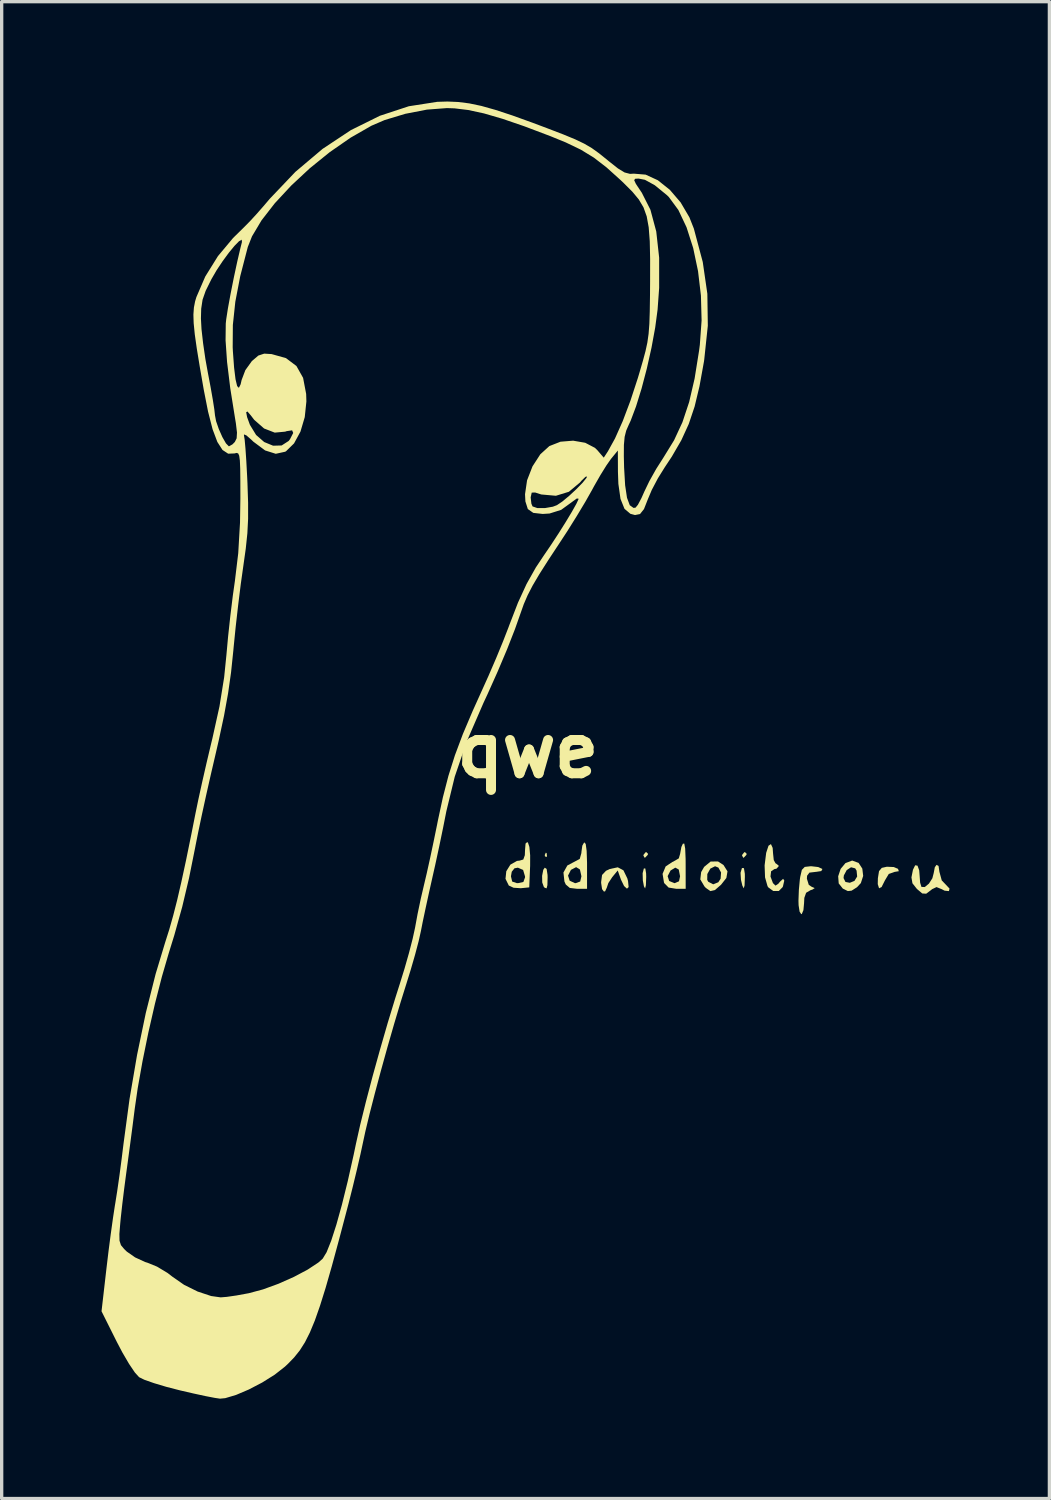
<source format=kicad_pcb>
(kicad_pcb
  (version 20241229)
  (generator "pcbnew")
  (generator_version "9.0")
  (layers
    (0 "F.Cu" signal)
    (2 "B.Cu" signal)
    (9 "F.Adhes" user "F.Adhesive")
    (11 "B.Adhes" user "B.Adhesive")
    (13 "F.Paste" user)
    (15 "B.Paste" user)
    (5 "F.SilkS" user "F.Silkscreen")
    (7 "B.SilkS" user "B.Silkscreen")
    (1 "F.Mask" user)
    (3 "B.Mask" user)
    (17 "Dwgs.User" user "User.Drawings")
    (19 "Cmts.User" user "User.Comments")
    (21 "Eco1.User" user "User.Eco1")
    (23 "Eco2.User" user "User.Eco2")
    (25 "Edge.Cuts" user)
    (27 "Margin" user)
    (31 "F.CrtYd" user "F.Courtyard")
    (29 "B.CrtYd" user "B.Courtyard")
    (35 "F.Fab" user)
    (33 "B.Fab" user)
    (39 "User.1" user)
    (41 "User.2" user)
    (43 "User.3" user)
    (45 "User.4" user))
  (footprint "qwe"
    (layer "F.Cu")
    (at 12.807 19.501)
    (property "Reference" "qwe" (at 0 0 0) (layer "F.SilkS") (effects (font (size 1.5 1.5) (thickness 0.3))))
    (attr board_only exclude_from_pos_files exclude_from_bom)
    (fp_poly (pts (xy 0.564 3.076) (xy 0.575 3.177) (xy 0.564 3.189) (xy 0.514 3.177) (xy 0.508 3.133) (xy 0.539 3.063)) (stroke (width 0) (type solid)) (fill yes) (layer "F.SilkS"))
    (fp_poly (pts (xy 3.612 3.1) (xy 3.598 3.133) (xy 3.522 3.213) (xy 3.509 3.217) (xy 3.472 3.152) (xy 3.471 3.133) (xy 3.536 3.051) (xy 3.561 3.048)) (stroke (width 0) (type solid)) (fill yes) (layer "F.SilkS"))
    (fp_poly (pts (xy 6.575 3.1) (xy 6.562 3.133) (xy 6.486 3.213) (xy 6.472 3.217) (xy 6.436 3.152) (xy 6.435 3.133) (xy 6.5 3.051) (xy 6.524 3.048)) (stroke (width 0) (type solid)) (fill yes) (layer "F.SilkS"))
    (fp_poly (pts (xy 3.528 3.538) (xy 3.552 3.686) (xy 3.555 3.789) (xy 3.546 4.04) (xy 3.522 4.138) (xy 3.487 4.075) (xy 3.454 3.897) (xy 3.448 3.68) (xy 3.485 3.537)) (stroke (width 0) (type solid)) (fill yes) (layer "F.SilkS"))
    (fp_poly (pts (xy 6.491 3.529) (xy 6.518 3.698) (xy 6.519 3.793) (xy 6.51 4.047) (xy 6.485 4.135) (xy 6.444 4.056) (xy 6.402 3.879) (xy 6.389 3.667) (xy 6.431 3.526) (xy 6.434 3.523)) (stroke (width 0) (type solid)) (fill yes) (layer "F.SilkS"))
    (fp_poly (pts (xy 0.564 3.552) (xy 0.591 3.731) (xy 0.593 3.805) (xy 0.587 4.04) (xy 0.563 4.135) (xy 0.508 4.118) (xy 0.48 4.092) (xy 0.432 3.959) (xy 0.428 3.759) (xy 0.463 3.579) (xy 0.508 3.514)) (stroke (width 0) (type solid)) (fill yes) (layer "F.SilkS"))
    (fp_poly (pts (xy 10.992 3.495) (xy 11.119 3.549) (xy 11.144 3.62) (xy 11.016 3.641) (xy 10.842 3.703) (xy 10.727 3.895) (xy 10.626 4.096) (xy 10.55 4.133) (xy 10.511 4.009) (xy 10.515 3.831) (xy 10.549 3.618) (xy 10.632 3.52) (xy 10.784 3.486)) (stroke (width 0) (type solid)) (fill yes) (layer "F.SilkS"))
    (fp_poly (pts (xy 2.871 3.594) (xy 2.988 3.836) (xy 3.009 3.916) (xy 3.027 4.097) (xy 2.977 4.145) (xy 2.89 4.065) (xy 2.797 3.873) (xy 2.7 3.598) (xy 2.535 3.798) (xy 2.417 3.978) (xy 2.371 4.116) (xy 2.322 4.222) (xy 2.286 4.233) (xy 2.229 4.159) (xy 2.202 3.977) (xy 2.201 3.947) (xy 2.229 3.733) (xy 2.347 3.608) (xy 2.461 3.554) (xy 2.701 3.503)) (stroke (width 0) (type solid)) (fill yes) (layer "F.SilkS"))
    (fp_poly (pts (xy 5.878 3.435) (xy 5.997 3.625) (xy 5.963 3.824) (xy 5.804 4.026) (xy 5.618 4.187) (xy 5.484 4.218) (xy 5.349 4.125) (xy 5.305 4.078) (xy 5.188 3.88) (xy 5.388 3.88) (xy 5.419 3.937) (xy 5.568 4.014) (xy 5.721 3.952) (xy 5.79 3.846) (xy 5.804 3.659) (xy 5.724 3.512) (xy 5.624 3.471) (xy 5.481 3.543) (xy 5.391 3.705) (xy 5.388 3.88) (xy 5.188 3.88) (xy 5.18 3.866) (xy 5.206 3.646) (xy 5.296 3.49) (xy 5.49 3.33) (xy 5.712 3.327)) (stroke (width 0) (type solid)) (fill yes) (layer "F.SilkS"))
    (fp_poly (pts (xy 9.936 3.371) (xy 10.047 3.542) (xy 10.073 3.762) (xy 10.003 3.977) (xy 9.887 4.102) (xy 9.724 4.205) (xy 9.612 4.217) (xy 9.465 4.144) (xy 9.461 4.142) (xy 9.338 3.987) (xy 9.326 3.826) (xy 9.483 3.826) (xy 9.541 3.943) (xy 9.672 3.968) (xy 9.811 3.911) (xy 9.892 3.78) (xy 9.875 3.603) (xy 9.833 3.534) (xy 9.708 3.502) (xy 9.578 3.587) (xy 9.493 3.746) (xy 9.483 3.826) (xy 9.326 3.826) (xy 9.322 3.773) (xy 9.396 3.551) (xy 9.54 3.377) (xy 9.738 3.302) (xy 9.748 3.302)) (stroke (width 0) (type solid)) (fill yes) (layer "F.SilkS"))
    (fp_poly (pts (xy 4.726 2.942) (xy 4.739 3.254) (xy 4.74 3.408) (xy 4.741 4.149) (xy 4.459 4.149) (xy 4.229 4.112) (xy 4.1 3.982) (xy 4.089 3.958) (xy 4.058 3.768) (xy 4.199 3.768) (xy 4.245 3.914) (xy 4.404 3.979) (xy 4.412 3.979) (xy 4.54 3.923) (xy 4.572 3.773) (xy 4.533 3.57) (xy 4.428 3.513) (xy 4.286 3.6) (xy 4.199 3.768) (xy 4.058 3.768) (xy 4.047 3.7) (xy 4.139 3.477) (xy 4.342 3.342) (xy 4.357 3.338) (xy 4.534 3.235) (xy 4.573 3.102) (xy 4.612 2.892) (xy 4.657 2.794) (xy 4.699 2.791)) (stroke (width 0) (type solid)) (fill yes) (layer "F.SilkS"))
    (fp_poly (pts (xy 7.354 2.92) (xy 7.366 3.09) (xy 7.387 3.286) (xy 7.44 3.384) (xy 7.451 3.387) (xy 7.533 3.451) (xy 7.535 3.471) (xy 7.467 3.546) (xy 7.408 3.556) (xy 7.307 3.622) (xy 7.289 3.78) (xy 7.361 3.974) (xy 7.364 3.979) (xy 7.439 4.053) (xy 7.525 3.996) (xy 7.572 3.937) (xy 7.668 3.849) (xy 7.703 3.901) (xy 7.664 4.071) (xy 7.653 4.099) (xy 7.538 4.215) (xy 7.371 4.215) (xy 7.222 4.105) (xy 7.2 4.07) (xy 7.125 3.806) (xy 7.112 3.446) (xy 7.159 3.069) (xy 7.229 2.855) (xy 7.302 2.806)) (stroke (width 0) (type solid)) (fill yes) (layer "F.SilkS"))
    (fp_poly (pts (xy 1.738 2.802) (xy 1.766 3.01) (xy 1.778 3.363) (xy 1.778 3.424) (xy 1.778 4.149) (xy 1.48 4.149) (xy 1.26 4.123) (xy 1.14 4.021) (xy 1.099 3.931) (xy 1.079 3.752) (xy 1.207 3.752) (xy 1.255 3.905) (xy 1.415 3.979) (xy 1.437 3.979) (xy 1.572 3.93) (xy 1.609 3.773) (xy 1.564 3.569) (xy 1.45 3.498) (xy 1.296 3.579) (xy 1.293 3.582) (xy 1.207 3.752) (xy 1.079 3.752) (xy 1.069 3.66) (xy 1.186 3.448) (xy 1.399 3.336) (xy 1.559 3.251) (xy 1.608 3.073) (xy 1.609 3.044) (xy 1.636 2.852) (xy 1.693 2.752)) (stroke (width 0) (type solid)) (fill yes) (layer "F.SilkS"))
    (fp_poly (pts (xy 8.722 3.495) (xy 8.844 3.551) (xy 8.848 3.556) (xy 8.815 3.616) (xy 8.65 3.641) (xy 8.641 3.641) (xy 8.457 3.663) (xy 8.388 3.756) (xy 8.382 3.846) (xy 8.439 4.03) (xy 8.53 4.091) (xy 8.617 4.128) (xy 8.553 4.17) (xy 8.488 4.192) (xy 8.359 4.268) (xy 8.305 4.421) (xy 8.297 4.582) (xy 8.278 4.79) (xy 8.23 4.904) (xy 8.213 4.911) (xy 8.163 4.835) (xy 8.133 4.642) (xy 8.129 4.508) (xy 8.141 4.182) (xy 8.171 3.864) (xy 8.182 3.789) (xy 8.231 3.58) (xy 8.318 3.491) (xy 8.495 3.471) (xy 8.515 3.471)) (stroke (width 0) (type solid)) (fill yes) (layer "F.SilkS"))
    (fp_poly (pts (xy 12.337 3.462) (xy 12.361 3.625) (xy 12.361 3.631) (xy 12.433 3.896) (xy 12.547 4.015) (xy 12.667 4.142) (xy 12.649 4.218) (xy 12.519 4.205) (xy 12.434 4.161) (xy 12.276 4.097) (xy 12.14 4.162) (xy 12.114 4.185) (xy 11.966 4.296) (xy 11.848 4.289) (xy 11.692 4.157) (xy 11.684 4.149) (xy 11.553 3.983) (xy 11.523 3.807) (xy 11.568 3.578) (xy 11.635 3.442) (xy 11.705 3.454) (xy 11.756 3.594) (xy 11.769 3.759) (xy 11.784 3.966) (xy 11.823 4.09) (xy 11.825 4.092) (xy 11.924 4.096) (xy 12.048 3.993) (xy 12.151 3.834) (xy 12.192 3.675) (xy 12.225 3.501) (xy 12.277 3.429)) (stroke (width 0) (type solid)) (fill yes) (layer "F.SilkS"))
    (fp_poly (pts (xy 0.004 2.764) (xy 0.046 2.892) (xy 0.069 3.143) (xy 0.068 3.475) (xy 0.067 3.48) (xy 0.042 4.106) (xy -0.212 4.131) (xy -0.429 4.117) (xy -0.572 4.051) (xy -0.672 3.849) (xy -0.664 3.775) (xy -0.508 3.775) (xy -0.471 3.931) (xy -0.329 3.979) (xy -0.296 3.979) (xy -0.135 3.944) (xy -0.085 3.807) (xy -0.085 3.777) (xy -0.143 3.582) (xy -0.299 3.514) (xy -0.402 3.533) (xy -0.484 3.636) (xy -0.508 3.775) (xy -0.664 3.775) (xy -0.648 3.621) (xy -0.525 3.423) (xy -0.327 3.311) (xy -0.248 3.302) (xy -0.137 3.269) (xy -0.091 3.139) (xy -0.085 2.989) (xy -0.069 2.789) (xy -0.02 2.746)) (stroke (width 0) (type solid)) (fill yes) (layer "F.SilkS"))
    (fp_poly (pts (xy -2.089 -19.487) (xy -1.759 -19.445) (xy -1.396 -19.369) (xy -0.974 -19.25) (xy -0.466 -19.083) (xy 0.155 -18.859) (xy 0.585 -18.697) (xy 1.062 -18.514) (xy 1.418 -18.367) (xy 1.69 -18.237) (xy 1.918 -18.104) (xy 2.138 -17.946) (xy 2.39 -17.743) (xy 2.432 -17.708) (xy 2.708 -17.49) (xy 2.906 -17.37) (xy 3.068 -17.328) (xy 3.187 -17.334) (xy 3.538 -17.305) (xy 3.905 -17.136) (xy 4.264 -16.85) (xy 4.589 -16.471) (xy 4.852 -16.024) (xy 4.986 -15.685) (xy 5.254 -14.68) (xy 5.392 -13.726) (xy 5.406 -12.766) (xy 5.298 -11.746) (xy 5.289 -11.684) (xy 5.156 -10.949) (xy 5.01 -10.34) (xy 4.833 -9.813) (xy 4.61 -9.326) (xy 4.325 -8.835) (xy 4.112 -8.513) (xy 3.906 -8.182) (xy 3.723 -7.834) (xy 3.604 -7.552) (xy 3.488 -7.258) (xy 3.369 -7.109) (xy 3.219 -7.079) (xy 3.08 -7.116) (xy 2.903 -7.266) (xy 2.783 -7.564) (xy 2.719 -8.015) (xy 2.706 -8.373) (xy 2.704 -8.847) (xy 2.883 -8.847) (xy 2.891 -8.508) (xy 2.922 -7.974) (xy 2.978 -7.598) (xy 3.061 -7.374) (xy 3.174 -7.293) (xy 3.235 -7.301) (xy 3.306 -7.388) (xy 3.411 -7.586) (xy 3.502 -7.791) (xy 3.65 -8.098) (xy 3.855 -8.464) (xy 4.075 -8.809) (xy 4.081 -8.819) (xy 4.392 -9.325) (xy 4.643 -9.866) (xy 4.845 -10.473) (xy 5.009 -11.179) (xy 5.143 -12.015) (xy 5.166 -12.191) (xy 5.219 -12.923) (xy 5.199 -13.671) (xy 5.112 -14.407) (xy 4.966 -15.101) (xy 4.767 -15.723) (xy 4.521 -16.243) (xy 4.235 -16.632) (xy 4.178 -16.688) (xy 3.812 -16.987) (xy 3.516 -17.15) (xy 3.324 -17.187) (xy 3.222 -17.18) (xy 3.194 -17.137) (xy 3.246 -17.026) (xy 3.387 -16.814) (xy 3.422 -16.763) (xy 3.682 -16.25) (xy 3.857 -15.597) (xy 3.944 -14.812) (xy 3.944 -13.901) (xy 3.897 -13.25) (xy 3.825 -12.71) (xy 3.714 -12.106) (xy 3.574 -11.481) (xy 3.416 -10.88) (xy 3.25 -10.343) (xy 3.089 -9.915) (xy 3.029 -9.786) (xy 2.954 -9.614) (xy 2.907 -9.427) (xy 2.885 -9.185) (xy 2.883 -8.847) (xy 2.704 -8.847) (xy 2.703 -9.017) (xy 2.497 -8.765) (xy 2.362 -8.573) (xy 2.182 -8.283) (xy 1.99 -7.948) (xy 1.929 -7.835) (xy 1.729 -7.481) (xy 1.469 -7.048) (xy 1.187 -6.597) (xy 0.971 -6.267) (xy 0.618 -5.732) (xy 0.347 -5.306) (xy 0.144 -4.962) (xy -0.007 -4.67) (xy -0.122 -4.404) (xy -0.212 -4.149) (xy -0.388 -3.65) (xy -0.625 -3.045) (xy -0.907 -2.378) (xy -1.214 -1.692) (xy -1.332 -1.439) (xy -1.828 -0.295) (xy -2.196 0.78) (xy -2.447 1.813) (xy -2.451 1.832) (xy -2.545 2.307) (xy -2.661 2.867) (xy -2.783 3.433) (xy -2.868 3.81) (xy -2.972 4.274) (xy -3.073 4.738) (xy -3.159 5.144) (xy -3.213 5.419) (xy -3.281 5.723) (xy -3.389 6.132) (xy -3.521 6.588) (xy -3.644 6.985) (xy -3.824 7.56) (xy -4.019 8.214) (xy -4.22 8.913) (xy -4.416 9.62) (xy -4.598 10.3) (xy -4.757 10.919) (xy -4.882 11.44) (xy -4.953 11.769) (xy -5.028 12.119) (xy -5.134 12.579) (xy -5.259 13.097) (xy -5.39 13.618) (xy -5.427 13.758) (xy -5.674 14.694) (xy -5.888 15.482) (xy -6.076 16.138) (xy -6.245 16.678) (xy -6.4 17.12) (xy -6.549 17.479) (xy -6.697 17.772) (xy -6.852 18.016) (xy -7.02 18.226) (xy -7.207 18.419) (xy -7.298 18.504) (xy -7.604 18.744) (xy -7.98 18.98) (xy -8.383 19.19) (xy -8.768 19.354) (xy -9.091 19.45) (xy -9.248 19.465) (xy -9.403 19.442) (xy -9.683 19.388) (xy -10.047 19.309) (xy -10.45 19.216) (xy -10.864 19.109) (xy -11.234 18.998) (xy -11.521 18.897) (xy -11.678 18.82) (xy -11.805 18.68) (xy -11.98 18.421) (xy -12.181 18.077) (xy -12.351 17.753) (xy -12.807 16.84) (xy -12.659 15.553) (xy -12.597 15.036) (xy -12.53 14.519) (xy -12.271 14.519) (xy -12.267 14.72) (xy -12.224 14.853) (xy -12.128 14.97) (xy -12.048 15.047) (xy -11.799 15.221) (xy -11.497 15.36) (xy -11.423 15.383) (xy -11.139 15.499) (xy -10.83 15.685) (xy -10.677 15.802) (xy -10.329 16.044) (xy -9.92 16.247) (xy -9.514 16.382) (xy -9.229 16.422) (xy -9.043 16.407) (xy -8.752 16.365) (xy -8.415 16.303) (xy -8.382 16.297) (xy -7.957 16.183) (xy -7.491 16.013) (xy -7.028 15.807) (xy -6.613 15.587) (xy -6.291 15.374) (xy -6.163 15.259) (xy -6.046 15.066) (xy -5.908 14.721) (xy -5.753 14.24) (xy -5.586 13.639) (xy -5.411 12.933) (xy -5.233 12.138) (xy -5.163 11.804) (xy -5.036 11.236) (xy -4.866 10.549) (xy -4.665 9.784) (xy -4.442 8.981) (xy -4.211 8.181) (xy -3.981 7.426) (xy -3.854 7.027) (xy -3.707 6.553) (xy -3.571 6.076) (xy -3.461 5.649) (xy -3.39 5.324) (xy -3.384 5.292) (xy -3.312 4.9) (xy -3.216 4.444) (xy -3.118 4.024) (xy -3.038 3.685) (xy -2.938 3.234) (xy -2.83 2.724) (xy -2.725 2.212) (xy -2.706 2.114) (xy -2.553 1.401) (xy -2.387 0.758) (xy -2.192 0.14) (xy -1.953 -0.499) (xy -1.653 -1.205) (xy -1.407 -1.75) (xy -1.182 -2.249) (xy -0.953 -2.78) (xy -0.745 -3.286) (xy -0.581 -3.708) (xy -0.559 -3.768) (xy -0.297 -4.447) (xy -0.039 -5.008) (xy 0.239 -5.503) (xy 0.482 -5.868) (xy 0.698 -6.185) (xy 0.924 -6.53) (xy 1.139 -6.872) (xy 1.323 -7.178) (xy 1.457 -7.417) (xy 1.521 -7.554) (xy 1.524 -7.569) (xy 1.472 -7.577) (xy 1.345 -7.486) (xy 1.333 -7.476) (xy 0.999 -7.234) (xy 0.652 -7.125) (xy 0.446 -7.112) (xy 0.163 -7.144) (xy -0.001 -7.259) (xy -0.074 -7.488) (xy -0.08 -7.601) (xy 0.085 -7.601) (xy 0.106 -7.42) (xy 0.141 -7.338) (xy 0.283 -7.289) (xy 0.512 -7.288) (xy 0.752 -7.33) (xy 0.873 -7.376) (xy 1.034 -7.484) (xy 1.243 -7.658) (xy 1.459 -7.859) (xy 1.645 -8.05) (xy 1.76 -8.193) (xy 1.778 -8.237) (xy 1.731 -8.227) (xy 1.614 -8.114) (xy 1.564 -8.055) (xy 1.232 -7.778) (xy 0.842 -7.658) (xy 0.403 -7.697) (xy 0.22 -7.756) (xy 0.116 -7.753) (xy 0.085 -7.614) (xy 0.085 -7.601) (xy -0.08 -7.601) (xy -0.085 -7.705) (xy -0.024 -8.122) (xy 0.139 -8.541) (xy 0.375 -8.905) (xy 0.646 -9.151) (xy 0.981 -9.282) (xy 1.36 -9.313) (xy 1.723 -9.25) (xy 2.016 -9.097) (xy 2.086 -9.029) (xy 2.28 -8.803) (xy 2.405 -8.994) (xy 2.618 -9.38) (xy 2.849 -9.898) (xy 3.082 -10.516) (xy 3.306 -11.201) (xy 3.349 -11.345) (xy 3.455 -11.709) (xy 3.534 -12.003) (xy 3.59 -12.262) (xy 3.627 -12.524) (xy 3.65 -12.822) (xy 3.662 -13.193) (xy 3.669 -13.673) (xy 3.672 -14.097) (xy 3.673 -14.772) (xy 3.662 -15.304) (xy 3.63 -15.722) (xy 3.57 -16.052) (xy 3.473 -16.323) (xy 3.332 -16.56) (xy 3.139 -16.792) (xy 2.885 -17.046) (xy 2.788 -17.139) (xy 2.363 -17.522) (xy 1.982 -17.816) (xy 1.591 -18.055) (xy 1.135 -18.274) (xy 0.677 -18.461) (xy -0.108 -18.758) (xy -0.765 -18.983) (xy -1.318 -19.144) (xy -1.79 -19.246) (xy -2.202 -19.296) (xy -2.43 -19.304) (xy -3.033 -19.258) (xy -3.682 -19.132) (xy -4.301 -18.945) (xy -4.699 -18.774) (xy -5.325 -18.415) (xy -5.951 -17.981) (xy -6.554 -17.493) (xy -7.111 -16.974) (xy -7.601 -16.446) (xy -8.001 -15.931) (xy -8.287 -15.451) (xy -8.413 -15.132) (xy -8.64 -14.256) (xy -8.788 -13.487) (xy -8.862 -12.788) (xy -8.867 -12.119) (xy -8.861 -12) (xy -8.825 -11.509) (xy -8.782 -11.158) (xy -8.733 -10.953) (xy -8.681 -10.9) (xy -8.628 -11.008) (xy -8.599 -11.135) (xy -8.487 -11.431) (xy -8.294 -11.7) (xy -8.287 -11.707) (xy -8.096 -11.87) (xy -7.919 -11.928) (xy -7.697 -11.914) (xy -7.266 -11.793) (xy -6.952 -11.556) (xy -6.752 -11.2) (xy -6.66 -10.717) (xy -6.653 -10.493) (xy -6.702 -10.021) (xy -6.831 -9.586) (xy -7.024 -9.231) (xy -7.263 -8.997) (xy -7.291 -8.981) (xy -7.573 -8.919) (xy -7.893 -9.02) (xy -8.246 -9.283) (xy -8.31 -9.345) (xy -8.456 -9.472) (xy -8.528 -9.501) (xy -8.528 -9.47) (xy -8.507 -9.34) (xy -8.483 -9.073) (xy -8.458 -8.704) (xy -8.434 -8.265) (xy -8.423 -8.031) (xy -8.404 -7.446) (xy -8.404 -6.967) (xy -8.426 -6.53) (xy -8.474 -6.072) (xy -8.548 -5.546) (xy -8.624 -5.006) (xy -8.703 -4.37) (xy -8.778 -3.711) (xy -8.839 -3.103) (xy -8.848 -3.004) (xy -8.916 -2.353) (xy -9.006 -1.719) (xy -9.127 -1.052) (xy -9.288 -0.3) (xy -9.387 0.129) (xy -9.527 0.731) (xy -9.667 1.35) (xy -9.796 1.941) (xy -9.905 2.459) (xy -9.985 2.86) (xy -9.988 2.879) (xy -10.179 3.829) (xy -10.383 4.69) (xy -10.621 5.543) (xy -10.792 6.096) (xy -10.994 6.789) (xy -11.201 7.596) (xy -11.399 8.461) (xy -11.576 9.329) (xy -11.721 10.144) (xy -11.809 10.753) (xy -11.875 11.273) (xy -11.95 11.841) (xy -12.022 12.378) (xy -12.066 12.7) (xy -12.126 13.155) (xy -12.184 13.627) (xy -12.23 14.042) (xy -12.245 14.2) (xy -12.271 14.519) (xy -12.53 14.519) (xy -12.529 14.513) (xy -12.463 14.039) (xy -12.406 13.665) (xy -12.393 13.589) (xy -12.336 13.229) (xy -12.269 12.763) (xy -12.202 12.255) (xy -12.147 11.811) (xy -11.966 10.465) (xy -11.74 9.141) (xy -11.477 7.877) (xy -11.183 6.711) (xy -10.895 5.757) (xy -10.773 5.373) (xy -10.656 4.959) (xy -10.536 4.492) (xy -10.41 3.947) (xy -10.27 3.3) (xy -10.112 2.527) (xy -9.989 1.905) (xy -9.901 1.478) (xy -9.784 0.945) (xy -9.652 0.367) (xy -9.518 -0.199) (xy -9.476 -0.371) (xy -9.264 -1.33) (xy -9.123 -2.209) (xy -9.056 -2.869) (xy -9.005 -3.428) (xy -8.937 -4.055) (xy -8.862 -4.666) (xy -8.801 -5.096) (xy -8.7 -5.935) (xy -8.647 -6.85) (xy -8.636 -7.578) (xy -8.637 -8.095) (xy -8.641 -8.466) (xy -8.651 -8.713) (xy -8.671 -8.86) (xy -8.702 -8.93) (xy -8.75 -8.945) (xy -8.811 -8.93) (xy -9.003 -8.922) (xy -9.173 -9.034) (xy -9.328 -9.275) (xy -9.471 -9.656) (xy -9.607 -10.187) (xy -9.735 -10.837) (xy -9.855 -11.529) (xy -9.945 -12.078) (xy -10.006 -12.508) (xy -10.039 -12.842) (xy -10.044 -12.984) (xy -9.821 -12.984) (xy -9.804 -12.665) (xy -9.756 -12.24) (xy -9.687 -11.765) (xy -9.611 -11.345) (xy -9.531 -10.924) (xy -9.465 -10.548) (xy -9.419 -10.255) (xy -9.4 -10.086) (xy -9.4 -10.081) (xy -9.366 -9.899) (xy -9.284 -9.662) (xy -9.177 -9.421) (xy -9.069 -9.232) (xy -8.984 -9.145) (xy -8.977 -9.144) (xy -8.874 -9.202) (xy -8.803 -9.274) (xy -8.748 -9.384) (xy -8.738 -9.556) (xy -8.771 -9.835) (xy -8.794 -9.973) (xy -8.825 -10.167) (xy -8.462 -10.167) (xy -8.434 -10.02) (xy -8.35 -9.79) (xy -8.164 -9.485) (xy -7.92 -9.272) (xy -7.653 -9.162) (xy -7.396 -9.169) (xy -7.185 -9.305) (xy -7.145 -9.358) (xy -7.049 -9.545) (xy -7.082 -9.624) (xy -7.247 -9.599) (xy -7.291 -9.584) (xy -7.604 -9.555) (xy -7.924 -9.679) (xy -8.222 -9.941) (xy -8.323 -10.073) (xy -8.424 -10.19) (xy -8.462 -10.167) (xy -8.825 -10.167) (xy -8.94 -10.889) (xy -9.036 -11.678) (xy -9.081 -12.328) (xy -9.075 -12.831) (xy -9.062 -12.954) (xy -9.011 -13.283) (xy -8.931 -13.72) (xy -8.834 -14.207) (xy -8.731 -14.687) (xy -8.634 -15.103) (xy -8.589 -15.281) (xy -8.596 -15.351) (xy -8.677 -15.304) (xy -8.813 -15.165) (xy -8.984 -14.957) (xy -9.169 -14.705) (xy -9.35 -14.433) (xy -9.506 -14.164) (xy -9.513 -14.15) (xy -9.679 -13.814) (xy -9.772 -13.548) (xy -9.813 -13.278) (xy -9.821 -12.984) (xy -10.044 -12.984) (xy -10.047 -13.102) (xy -10.032 -13.313) (xy -9.996 -13.498) (xy -9.958 -13.625) (xy -9.691 -14.244) (xy -9.31 -14.857) (xy -8.859 -15.397) (xy -8.804 -15.452) (xy -8.542 -15.709) (xy -8.342 -15.912) (xy -8.157 -16.113) (xy -7.941 -16.359) (xy -7.75 -16.583) (xy -6.983 -17.389) (xy -6.166 -18.079) (xy -5.315 -18.643) (xy -4.446 -19.073) (xy -3.577 -19.359) (xy -2.723 -19.492) (xy -2.413 -19.501)) (stroke (width 0) (type solid)) (fill yes) (layer "F.SilkS")))
  (gr_rect
    (start -3 -3)
    (end 28.474 41.966)
    (stroke (width 0.1) (type default))
    (fill no)
    (layer "Edge.Cuts")))
</source>
